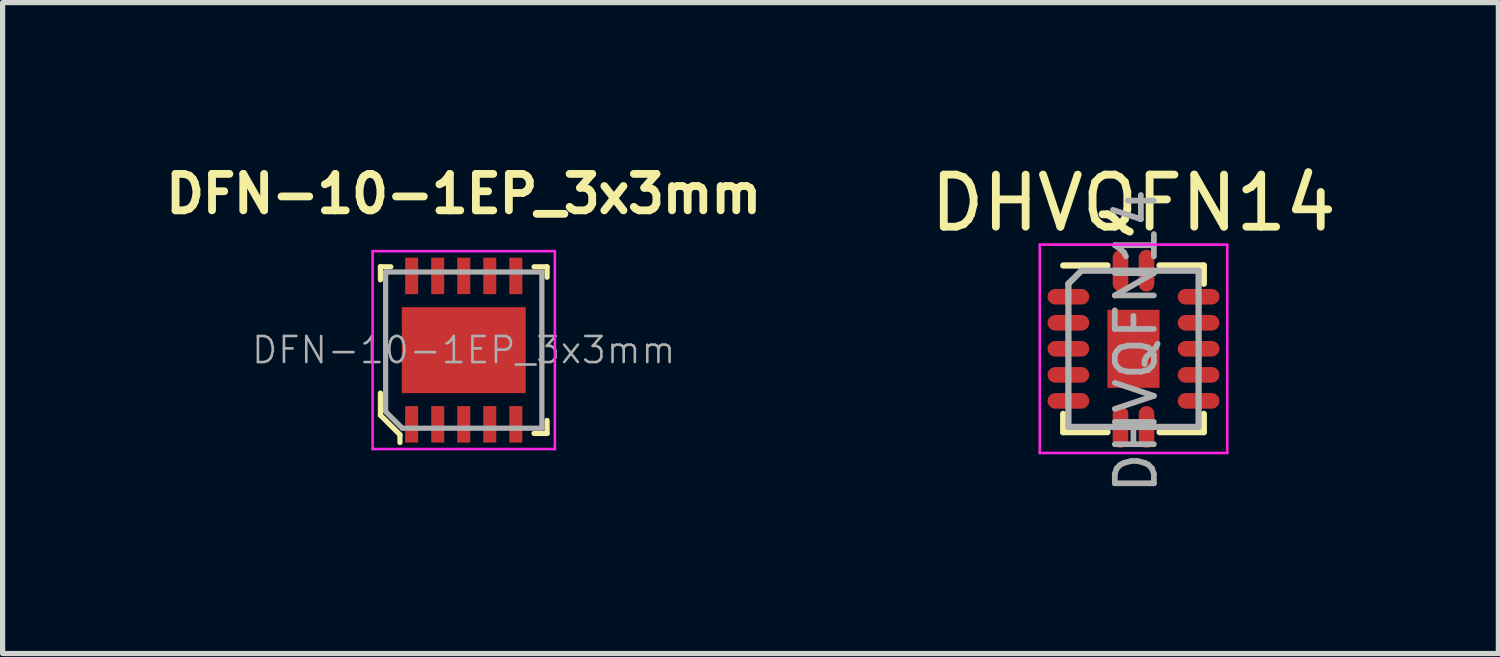
<source format=kicad_pcb>
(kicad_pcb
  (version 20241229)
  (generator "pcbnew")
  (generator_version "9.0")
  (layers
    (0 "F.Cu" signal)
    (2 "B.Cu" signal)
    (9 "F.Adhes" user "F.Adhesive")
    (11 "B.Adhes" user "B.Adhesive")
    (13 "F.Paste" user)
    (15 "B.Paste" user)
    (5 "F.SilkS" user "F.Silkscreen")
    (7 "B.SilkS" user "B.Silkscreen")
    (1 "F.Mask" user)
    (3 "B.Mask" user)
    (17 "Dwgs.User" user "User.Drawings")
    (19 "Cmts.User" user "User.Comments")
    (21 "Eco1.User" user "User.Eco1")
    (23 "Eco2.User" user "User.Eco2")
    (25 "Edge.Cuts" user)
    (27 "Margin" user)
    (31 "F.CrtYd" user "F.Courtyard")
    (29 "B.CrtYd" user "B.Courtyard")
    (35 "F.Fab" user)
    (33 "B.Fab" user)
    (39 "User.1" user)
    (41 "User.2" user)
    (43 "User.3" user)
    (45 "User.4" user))
  (footprint "DFN-10-1EP_3x3mm"
    (layer "F.Cu")
    (at 5.855 3.673)
    (property "Reference" "DFN-10-1EP_3x3mm" (at 0 -3 0) (layer "F.SilkS") (effects (font (size 0.7 0.7) (thickness 0.15))))
    (attr smd)
    (fp_line (start -1.6 -1.6) (end -1.6 -1.35) (stroke (width 0.1) (type solid)) (layer "F.SilkS"))
    (fp_line (start -1.6 -1.6) (end -1.4 -1.6) (stroke (width 0.1) (type solid)) (layer "F.SilkS"))
    (fp_line (start -1.6 1.25) (end -1.6 0.825) (stroke (width 0.1) (type solid)) (layer "F.SilkS"))
    (fp_line (start -1.6 1.25) (end -1.225 1.625) (stroke (width 0.1) (type solid)) (layer "F.SilkS"))
    (fp_line (start -1.225 1.625) (end -1.225 1.775) (stroke (width 0.1) (type solid)) (layer "F.SilkS"))
    (fp_line (start 1.6 -1.6) (end 1.35 -1.6) (stroke (width 0.1) (type solid)) (layer "F.SilkS"))
    (fp_line (start 1.6 -1.6) (end 1.6 -1.4) (stroke (width 0.1) (type solid)) (layer "F.SilkS"))
    (fp_line (start 1.6 1.6) (end 1.35 1.6) (stroke (width 0.1) (type solid)) (layer "F.SilkS"))
    (fp_line (start 1.6 1.6) (end 1.6 1.35) (stroke (width 0.1) (type solid)) (layer "F.SilkS"))
    (fp_line (start -1.75 -1.9) (end 1.75 -1.9) (stroke (width 0.05) (type solid)) (layer "F.CrtYd"))
    (fp_line (start -1.75 1.9) (end -1.75 -1.9) (stroke (width 0.05) (type solid)) (layer "F.CrtYd"))
    (fp_line (start -1.75 1.9) (end 1.75 1.9) (stroke (width 0.05) (type solid)) (layer "F.CrtYd"))
    (fp_line (start 1.75 -1.9) (end 1.75 1.9) (stroke (width 0.05) (type solid)) (layer "F.CrtYd"))
    (fp_line (start -1.5 -1.5) (end -1.5 1.175) (stroke (width 0.1) (type solid)) (layer "F.Fab"))
    (fp_line (start -1.5 -1.5) (end 1.5 -1.5) (stroke (width 0.1) (type solid)) (layer "F.Fab"))
    (fp_line (start -1.18 1.5) (end -1.5 1.18) (stroke (width 0.1) (type solid)) (layer "F.Fab"))
    (fp_line (start 1.5 -1.5) (end 1.5 1.5) (stroke (width 0.1) (type solid)) (layer "F.Fab"))
    (fp_line (start 1.5 1.5) (end -1.175 1.5) (stroke (width 0.1) (type solid)) (layer "F.Fab"))
    (fp_text user "${REFERENCE}" (at 0 0 0) (layer "F.Fab") (effects (font (size 0.5 0.5) (thickness 0.05))))
    (pad "1" smd rect (at -1 1.425) (size 0.25 0.7) (layers "F.Cu" "F.Mask" "F.Paste"))
    (pad "2" smd rect (at -0.5 1.425) (size 0.25 0.7) (layers "F.Cu" "F.Mask" "F.Paste"))
    (pad "3" smd rect (at 0 1.425) (size 0.25 0.7) (layers "F.Cu" "F.Mask" "F.Paste"))
    (pad "4" smd rect (at 0.5 1.425) (size 0.25 0.7) (layers "F.Cu" "F.Mask" "F.Paste"))
    (pad "5" smd rect (at 1 1.425) (size 0.25 0.7) (layers "F.Cu" "F.Mask" "F.Paste"))
    (pad "6" smd rect (at 1 -1.425) (size 0.25 0.7) (layers "F.Cu" "F.Mask" "F.Paste"))
    (pad "7" smd rect (at 0.5 -1.425) (size 0.25 0.7) (layers "F.Cu" "F.Mask" "F.Paste"))
    (pad "8" smd rect (at 0 -1.425) (size 0.25 0.7) (layers "F.Cu" "F.Mask" "F.Paste"))
    (pad "9" smd rect (at -0.5 -1.425) (size 0.25 0.7) (layers "F.Cu" "F.Mask" "F.Paste"))
    (pad "10" smd rect (at -1 -1.425) (size 0.25 0.7) (layers "F.Cu" "F.Mask" "F.Paste"))
    (pad "11" smd rect (at 0 0) (size 2.38 1.65) (layers "F.Cu" "F.Mask" "F.Paste")))
  (footprint "DHVQFN14"
    (layer "F.Cu")
    (at 18.716 3.648)
    (property "Reference" "DHVQFN14" (at 0 -2.8 0) (layer "F.SilkS") (effects (font (size 1 1) (thickness 0.15))))
    (attr smd)
    (fp_line (start -1.35 -1.6) (end -0.5 -1.6) (stroke (width 0.12) (type solid)) (layer "F.SilkS"))
    (fp_line (start -1.35 1.6) (end -1.35 1.25) (stroke (width 0.12) (type solid)) (layer "F.SilkS"))
    (fp_line (start -1.35 1.6) (end -0.5 1.6) (stroke (width 0.12) (type solid)) (layer "F.SilkS"))
    (fp_line (start 0.5 1.6) (end 1.35 1.6) (stroke (width 0.12) (type solid)) (layer "F.SilkS"))
    (fp_line (start 1.35 -1.6) (end 0.5 -1.6) (stroke (width 0.12) (type solid)) (layer "F.SilkS"))
    (fp_line (start 1.35 -1.6) (end 1.35 -1.25) (stroke (width 0.12) (type solid)) (layer "F.SilkS"))
    (fp_line (start 1.35 1.6) (end 1.35 1.25) (stroke (width 0.12) (type solid)) (layer "F.SilkS"))
    (fp_line (start -1.8 -2) (end -1.8 2) (stroke (width 0.05) (type solid)) (layer "F.CrtYd"))
    (fp_line (start -1.8 2) (end 1.8 2) (stroke (width 0.05) (type solid)) (layer "F.CrtYd"))
    (fp_line (start 1.8 -2) (end -1.8 -2) (stroke (width 0.05) (type solid)) (layer "F.CrtYd"))
    (fp_line (start 1.8 2) (end 1.8 -2) (stroke (width 0.05) (type solid)) (layer "F.CrtYd"))
    (fp_line (start -1.25 -1.25) (end -1 -1.5) (stroke (width 0.12) (type solid)) (layer "F.Fab"))
    (fp_line (start -1.25 1.5) (end -1.25 -1.25) (stroke (width 0.12) (type solid)) (layer "F.Fab"))
    (fp_line (start -1 -1.5) (end 1.25 -1.5) (stroke (width 0.12) (type solid)) (layer "F.Fab"))
    (fp_line (start 1.25 -1.5) (end 1.25 1.5) (stroke (width 0.12) (type solid)) (layer "F.Fab"))
    (fp_line (start 1.25 1.5) (end -1.25 1.5) (stroke (width 0.12) (type solid)) (layer "F.Fab"))
    (fp_text user "${REFERENCE}" (at 0.05 -0.15 90) (layer "F.Fab") (effects (font (size 0.75 0.75) (thickness 0.11))))
    (pad "1" smd oval (at -0.25 -1.5) (size 0.3 0.8) (layers "F.Cu" "F.Mask" "F.Paste"))
    (pad "2" smd oval (at -1.25 -1 90) (size 0.3 0.8) (layers "F.Cu" "F.Mask" "F.Paste"))
    (pad "3" smd oval (at -1.25 -0.5 90) (size 0.3 0.8) (layers "F.Cu" "F.Mask" "F.Paste"))
    (pad "4" smd oval (at -1.25 0 90) (size 0.3 0.8) (layers "F.Cu" "F.Mask" "F.Paste"))
    (pad "5" smd oval (at -1.25 0.5 90) (size 0.3 0.8) (layers "F.Cu" "F.Mask" "F.Paste"))
    (pad "6" smd oval (at -1.25 1 90) (size 0.3 0.8) (layers "F.Cu" "F.Mask" "F.Paste"))
    (pad "7" smd oval (at -0.25 1.5) (size 0.3 0.8) (layers "F.Cu" "F.Mask" "F.Paste"))
    (pad "8" smd oval (at 0.25 1.5) (size 0.3 0.8) (layers "F.Cu" "F.Mask" "F.Paste"))
    (pad "9" smd oval (at 1.25 1 90) (size 0.3 0.8) (layers "F.Cu" "F.Mask" "F.Paste"))
    (pad "10" smd oval (at 1.25 0.5 90) (size 0.3 0.8) (layers "F.Cu" "F.Mask" "F.Paste"))
    (pad "11" smd oval (at 1.25 0 90) (size 0.3 0.8) (layers "F.Cu" "F.Mask" "F.Paste"))
    (pad "12" smd oval (at 1.25 -0.5 90) (size 0.3 0.8) (layers "F.Cu" "F.Mask" "F.Paste"))
    (pad "13" smd oval (at 1.25 -1 90) (size 0.3 0.8) (layers "F.Cu" "F.Mask" "F.Paste"))
    (pad "14" smd oval (at 0.25 -1.5) (size 0.3 0.8) (layers "F.Cu" "F.Mask" "F.Paste"))
    (pad "15" smd rect (at 0 0) (size 1 1.5) (layers "F.Cu" "F.Mask" "F.Paste")))
  (gr_rect
    (start -3 -3)
    (end 25.722 9.499)
    (stroke (width 0.1) (type default))
    (fill no)
    (layer "Edge.Cuts")))
</source>
